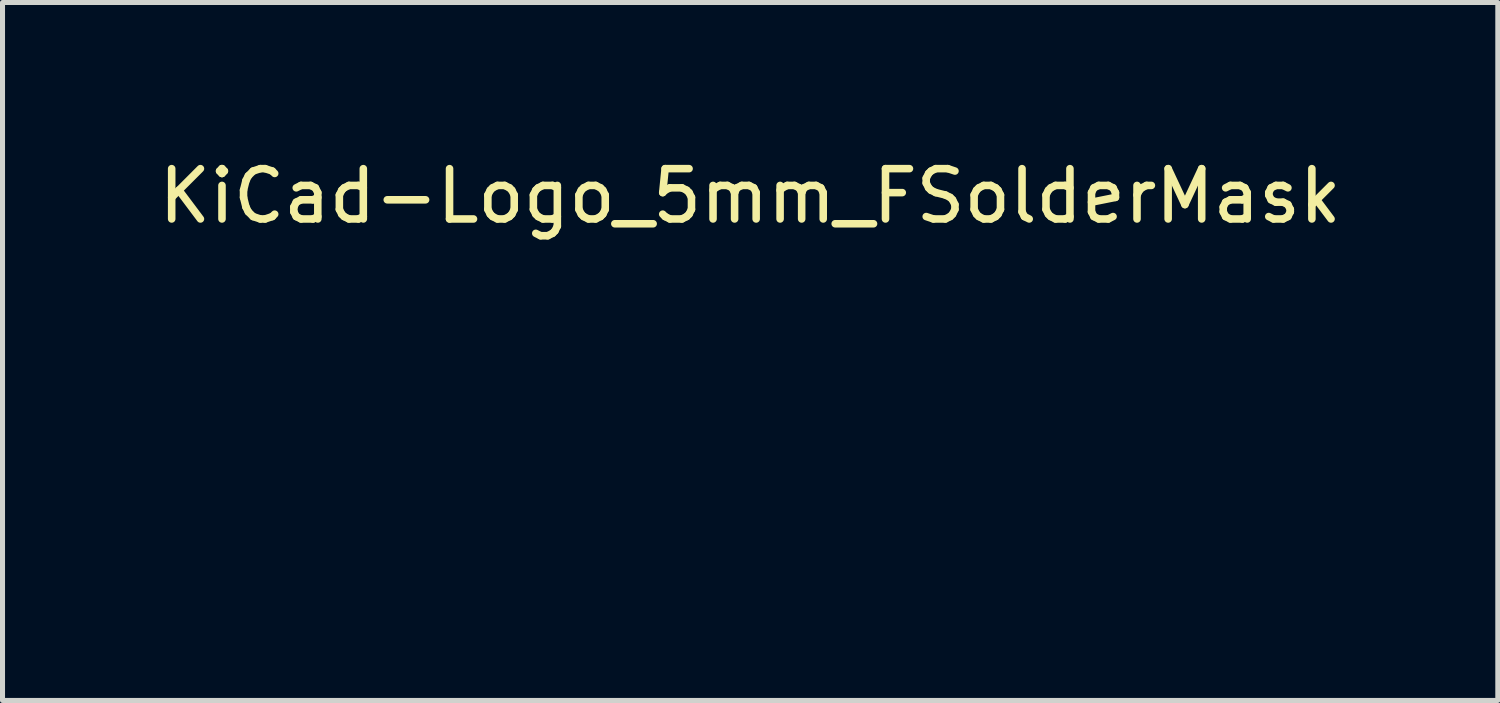
<source format=kicad_pcb>
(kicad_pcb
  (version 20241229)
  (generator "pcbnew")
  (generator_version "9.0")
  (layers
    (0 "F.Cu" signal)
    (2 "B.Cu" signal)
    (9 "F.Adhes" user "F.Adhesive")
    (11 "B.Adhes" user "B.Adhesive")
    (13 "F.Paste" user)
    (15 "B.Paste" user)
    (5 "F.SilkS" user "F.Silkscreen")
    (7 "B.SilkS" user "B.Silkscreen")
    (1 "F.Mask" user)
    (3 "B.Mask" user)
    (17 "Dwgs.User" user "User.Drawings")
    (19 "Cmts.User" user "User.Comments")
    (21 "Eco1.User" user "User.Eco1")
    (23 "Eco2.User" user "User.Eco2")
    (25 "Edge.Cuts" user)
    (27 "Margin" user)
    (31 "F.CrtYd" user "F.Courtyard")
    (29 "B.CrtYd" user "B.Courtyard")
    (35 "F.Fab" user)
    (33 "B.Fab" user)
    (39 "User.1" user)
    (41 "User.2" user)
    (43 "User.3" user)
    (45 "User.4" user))
  (footprint "KiCad-Logo_5mm_FSolderMask"
    (layer "F.Cu")
    (at 11.863 5.928)
    (property "Reference" "KiCad-Logo_5mm_FSolderMask" (at 0 -5.08 0) (layer "F.SilkS") (effects (font (size 1 1) (thickness 0.15))))
    (attr exclude_from_pos_files exclude_from_bom)
    (fp_poly (pts (xy -2.273 -2.973) (xy -2.177 -2.949) (xy -2.09 -2.906) (xy -2.015 -2.847) (xy -1.954 -2.772) (xy -1.909 -2.683) (xy -1.883 -2.586) (xy -1.877 -2.489) (xy -1.892 -2.395) (xy -1.926 -2.307) (xy -1.977 -2.228) (xy -2.042 -2.16) (xy -2.121 -2.106) (xy -2.212 -2.068) (xy -2.263 -2.056) (xy -2.308 -2.048) (xy -2.342 -2.045) (xy -2.375 -2.047) (xy -2.415 -2.054) (xy -2.449 -2.061) (xy -2.542 -2.092) (xy -2.626 -2.143) (xy -2.698 -2.213) (xy -2.756 -2.298) (xy -2.77 -2.326) (xy -2.787 -2.362) (xy -2.797 -2.392) (xy -2.802 -2.425) (xy -2.805 -2.466) (xy -2.805 -2.512) (xy -2.801 -2.596) (xy -2.787 -2.665) (xy -2.762 -2.726) (xy -2.723 -2.784) (xy -2.684 -2.829) (xy -2.612 -2.895) (xy -2.537 -2.94) (xy -2.455 -2.967) (xy -2.377 -2.977) (xy -2.273 -2.973)) (stroke (width 0.01) (type solid)) (fill yes) (layer "F.Mask"))
    (fp_poly (pts (xy 0.328 -2.051) (xy 0.489 -2.03) (xy 0.653 -1.99) (xy 0.822 -1.93) (xy 1 -1.851) (xy 1.011 -1.845) (xy 1.069 -1.817) (xy 1.121 -1.793) (xy 1.162 -1.775) (xy 1.19 -1.764) (xy 1.2 -1.761) (xy 1.219 -1.756) (xy 1.224 -1.752) (xy 1.218 -1.741) (xy 1.202 -1.715) (xy 1.177 -1.676) (xy 1.145 -1.626) (xy 1.107 -1.569) (xy 1.066 -1.507) (xy 1.023 -1.442) (xy 0.98 -1.379) (xy 0.939 -1.319) (xy 0.902 -1.265) (xy 0.871 -1.22) (xy 0.847 -1.186) (xy 0.832 -1.167) (xy 0.83 -1.165) (xy 0.82 -1.17) (xy 0.798 -1.187) (xy 0.767 -1.214) (xy 0.752 -1.228) (xy 0.655 -1.303) (xy 0.548 -1.359) (xy 0.433 -1.394) (xy 0.31 -1.408) (xy 0.241 -1.407) (xy 0.119 -1.39) (xy 0.01 -1.354) (xy -0.087 -1.299) (xy -0.174 -1.225) (xy -0.249 -1.131) (xy -0.314 -1.018) (xy -0.351 -0.931) (xy -0.395 -0.796) (xy -0.428 -0.648) (xy -0.448 -0.493) (xy -0.458 -0.333) (xy -0.456 -0.173) (xy -0.443 -0.016) (xy -0.419 0.133) (xy -0.384 0.271) (xy -0.338 0.395) (xy -0.322 0.429) (xy -0.253 0.543) (xy -0.173 0.64) (xy -0.081 0.718) (xy 0.02 0.777) (xy 0.13 0.816) (xy 0.247 0.834) (xy 0.289 0.835) (xy 0.41 0.824) (xy 0.531 0.791) (xy 0.649 0.737) (xy 0.762 0.663) (xy 0.854 0.585) (xy 0.9 0.54) (xy 1.081 0.837) (xy 1.127 0.911) (xy 1.168 0.98) (xy 1.204 1.039) (xy 1.233 1.088) (xy 1.254 1.124) (xy 1.265 1.144) (xy 1.266 1.147) (xy 1.258 1.157) (xy 1.233 1.174) (xy 1.193 1.197) (xy 1.142 1.225) (xy 1.084 1.255) (xy 1.021 1.287) (xy 0.958 1.318) (xy 0.896 1.346) (xy 0.839 1.371) (xy 0.791 1.391) (xy 0.768 1.399) (xy 0.634 1.437) (xy 0.496 1.462) (xy 0.349 1.475) (xy 0.222 1.477) (xy 0.154 1.476) (xy 0.088 1.474) (xy 0.031 1.471) (xy -0.013 1.468) (xy -0.027 1.466) (xy -0.166 1.438) (xy -0.307 1.392) (xy -0.445 1.334) (xy -0.572 1.264) (xy -0.649 1.211) (xy -0.777 1.103) (xy -0.895 0.977) (xy -1.002 0.835) (xy -1.095 0.681) (xy -1.173 0.518) (xy -1.217 0.401) (xy -1.267 0.217) (xy -1.301 0.023) (xy -1.318 -0.179) (xy -1.318 -0.382) (xy -1.301 -0.584) (xy -1.268 -0.781) (xy -1.217 -0.967) (xy -1.214 -0.978) (xy -1.151 -1.14) (xy -1.074 -1.288) (xy -0.981 -1.426) (xy -0.868 -1.558) (xy -0.825 -1.604) (xy -0.688 -1.728) (xy -0.549 -1.83) (xy -0.403 -1.912) (xy -0.249 -1.975) (xy -0.084 -2.02) (xy 0.011 -2.038) (xy 0.17 -2.054) (xy 0.328 -2.051)) (stroke (width 0.01) (type solid)) (fill yes) (layer "F.Mask"))
    (fp_poly (pts (xy 6.187 -0.528) (xy 6.187 -0.293) (xy 6.187 -0.08) (xy 6.187 0.112) (xy 6.187 0.285) (xy 6.187 0.441) (xy 6.188 0.579) (xy 6.188 0.701) (xy 6.189 0.808) (xy 6.19 0.901) (xy 6.192 0.982) (xy 6.194 1.051) (xy 6.196 1.11) (xy 6.198 1.159) (xy 6.202 1.2) (xy 6.205 1.234) (xy 6.21 1.262) (xy 6.214 1.285) (xy 6.22 1.304) (xy 6.226 1.321) (xy 6.233 1.335) (xy 6.24 1.349) (xy 6.249 1.364) (xy 6.254 1.373) (xy 6.288 1.434) (xy 5.43 1.434) (xy 5.43 1.338) (xy 5.429 1.294) (xy 5.427 1.261) (xy 5.424 1.243) (xy 5.423 1.242) (xy 5.412 1.249) (xy 5.389 1.267) (xy 5.366 1.286) (xy 5.312 1.327) (xy 5.242 1.368) (xy 5.165 1.405) (xy 5.088 1.435) (xy 5.057 1.445) (xy 4.989 1.46) (xy 4.906 1.47) (xy 4.816 1.475) (xy 4.728 1.474) (xy 4.649 1.469) (xy 4.612 1.463) (xy 4.473 1.425) (xy 4.346 1.367) (xy 4.23 1.29) (xy 4.127 1.195) (xy 4.036 1.081) (xy 3.969 0.97) (xy 3.914 0.854) (xy 3.872 0.734) (xy 3.842 0.608) (xy 3.823 0.472) (xy 3.815 0.32) (xy 3.814 0.243) (xy 3.816 0.186) (xy 4.645 0.186) (xy 4.645 0.279) (xy 4.648 0.367) (xy 4.654 0.444) (xy 4.662 0.505) (xy 4.665 0.517) (xy 4.697 0.625) (xy 4.738 0.712) (xy 4.79 0.779) (xy 4.853 0.826) (xy 4.926 0.853) (xy 5.011 0.862) (xy 5.107 0.851) (xy 5.17 0.835) (xy 5.219 0.817) (xy 5.274 0.791) (xy 5.314 0.767) (xy 5.385 0.721) (xy 5.385 -0.429) (xy 5.317 -0.473) (xy 5.239 -0.514) (xy 5.155 -0.541) (xy 5.07 -0.553) (xy 4.988 -0.549) (xy 4.915 -0.53) (xy 4.883 -0.515) (xy 4.826 -0.472) (xy 4.777 -0.415) (xy 4.735 -0.342) (xy 4.701 -0.252) (xy 4.672 -0.141) (xy 4.671 -0.135) (xy 4.66 -0.073) (xy 4.653 0.005) (xy 4.648 0.093) (xy 4.645 0.186) (xy 3.816 0.186) (xy 3.822 0.03) (xy 3.844 -0.166) (xy 3.88 -0.345) (xy 3.93 -0.506) (xy 3.994 -0.65) (xy 4.071 -0.777) (xy 4.163 -0.886) (xy 4.268 -0.977) (xy 4.314 -1.008) (xy 4.415 -1.064) (xy 4.518 -1.104) (xy 4.628 -1.128) (xy 4.749 -1.138) (xy 4.842 -1.137) (xy 4.971 -1.126) (xy 5.084 -1.104) (xy 5.183 -1.07) (xy 5.271 -1.024) (xy 5.32 -0.99) (xy 5.349 -0.968) (xy 5.371 -0.953) (xy 5.379 -0.948) (xy 5.381 -0.959) (xy 5.382 -0.99) (xy 5.383 -1.037) (xy 5.384 -1.1) (xy 5.384 -1.173) (xy 5.384 -1.256) (xy 5.384 -1.344) (xy 5.384 -1.436) (xy 5.383 -1.528) (xy 5.382 -1.618) (xy 5.381 -1.704) (xy 5.38 -1.781) (xy 5.379 -1.848) (xy 5.377 -1.902) (xy 5.375 -1.94) (xy 5.375 -1.947) (xy 5.367 -2.018) (xy 5.356 -2.073) (xy 5.338 -2.12) (xy 5.312 -2.166) (xy 5.305 -2.176) (xy 5.281 -2.213) (xy 6.186 -2.213) (xy 6.187 -0.528)) (stroke (width 0.01) (type solid)) (fill yes) (layer "F.Mask"))
    (fp_poly (pts (xy 2.674 -1.133) (xy 2.825 -1.113) (xy 2.961 -1.08) (xy 3.08 -1.032) (xy 3.185 -0.971) (xy 3.262 -0.907) (xy 3.331 -0.833) (xy 3.385 -0.753) (xy 3.428 -0.661) (xy 3.443 -0.618) (xy 3.456 -0.579) (xy 3.467 -0.543) (xy 3.477 -0.508) (xy 3.485 -0.472) (xy 3.492 -0.433) (xy 3.498 -0.39) (xy 3.503 -0.34) (xy 3.507 -0.283) (xy 3.51 -0.215) (xy 3.513 -0.136) (xy 3.515 -0.043) (xy 3.517 0.066) (xy 3.518 0.192) (xy 3.52 0.337) (xy 3.521 0.48) (xy 3.522 0.636) (xy 3.524 0.771) (xy 3.525 0.887) (xy 3.526 0.986) (xy 3.528 1.068) (xy 3.53 1.136) (xy 3.532 1.192) (xy 3.535 1.236) (xy 3.539 1.271) (xy 3.544 1.299) (xy 3.55 1.321) (xy 3.557 1.338) (xy 3.565 1.352) (xy 3.574 1.366) (xy 3.585 1.38) (xy 3.59 1.385) (xy 3.605 1.408) (xy 3.612 1.423) (xy 3.612 1.424) (xy 3.602 1.426) (xy 3.571 1.428) (xy 3.522 1.43) (xy 3.458 1.431) (xy 3.382 1.433) (xy 3.295 1.433) (xy 3.2 1.434) (xy 3.19 1.434) (xy 2.767 1.434) (xy 2.763 1.338) (xy 2.76 1.242) (xy 2.698 1.293) (xy 2.601 1.36) (xy 2.491 1.415) (xy 2.404 1.445) (xy 2.335 1.46) (xy 2.252 1.47) (xy 2.162 1.475) (xy 2.074 1.474) (xy 1.995 1.468) (xy 1.959 1.463) (xy 1.819 1.425) (xy 1.692 1.37) (xy 1.58 1.299) (xy 1.484 1.213) (xy 1.404 1.112) (xy 1.341 0.997) (xy 1.296 0.871) (xy 1.284 0.814) (xy 1.276 0.752) (xy 1.273 0.677) (xy 1.272 0.643) (xy 1.272 0.64) (xy 2.032 0.64) (xy 2.042 0.715) (xy 2.07 0.779) (xy 2.118 0.835) (xy 2.123 0.839) (xy 2.172 0.874) (xy 2.223 0.897) (xy 2.284 0.909) (xy 2.359 0.911) (xy 2.377 0.911) (xy 2.431 0.908) (xy 2.471 0.903) (xy 2.506 0.893) (xy 2.545 0.876) (xy 2.556 0.871) (xy 2.616 0.835) (xy 2.663 0.792) (xy 2.676 0.777) (xy 2.721 0.72) (xy 2.721 0.525) (xy 2.72 0.446) (xy 2.718 0.388) (xy 2.715 0.349) (xy 2.711 0.327) (xy 2.707 0.32) (xy 2.691 0.317) (xy 2.657 0.314) (xy 2.61 0.313) (xy 2.555 0.312) (xy 2.546 0.312) (xy 2.425 0.317) (xy 2.323 0.333) (xy 2.236 0.361) (xy 2.164 0.401) (xy 2.109 0.448) (xy 2.064 0.506) (xy 2.039 0.569) (xy 2.032 0.64) (xy 1.272 0.64) (xy 1.274 0.55) (xy 1.283 0.471) (xy 1.299 0.4) (xy 1.324 0.329) (xy 1.348 0.276) (xy 1.407 0.181) (xy 1.485 0.093) (xy 1.58 0.014) (xy 1.69 -0.055) (xy 1.813 -0.111) (xy 1.945 -0.154) (xy 2.009 -0.169) (xy 2.146 -0.191) (xy 2.294 -0.206) (xy 2.446 -0.212) (xy 2.572 -0.211) (xy 2.734 -0.204) (xy 2.727 -0.263) (xy 2.707 -0.362) (xy 2.676 -0.443) (xy 2.632 -0.506) (xy 2.575 -0.551) (xy 2.503 -0.58) (xy 2.416 -0.594) (xy 2.313 -0.591) (xy 2.275 -0.587) (xy 2.134 -0.562) (xy 1.997 -0.521) (xy 1.902 -0.483) (xy 1.857 -0.464) (xy 1.819 -0.448) (xy 1.792 -0.439) (xy 1.785 -0.437) (xy 1.775 -0.446) (xy 1.758 -0.475) (xy 1.734 -0.524) (xy 1.703 -0.594) (xy 1.665 -0.684) (xy 1.658 -0.7) (xy 1.628 -0.772) (xy 1.601 -0.838) (xy 1.578 -0.893) (xy 1.561 -0.936) (xy 1.55 -0.963) (xy 1.547 -0.972) (xy 1.557 -0.977) (xy 1.583 -0.982) (xy 1.611 -0.986) (xy 1.642 -0.991) (xy 1.689 -1) (xy 1.751 -1.013) (xy 1.821 -1.029) (xy 1.896 -1.047) (xy 1.925 -1.054) (xy 2.03 -1.08) (xy 2.117 -1.1) (xy 2.192 -1.115) (xy 2.258 -1.126) (xy 2.319 -1.133) (xy 2.381 -1.138) (xy 2.446 -1.14) (xy 2.504 -1.14) (xy 2.674 -1.133)) (stroke (width 0.01) (type solid)) (fill yes) (layer "F.Mask"))
    (fp_poly (pts (xy -2.946 -2.511) (xy -2.936 -2.397) (xy -2.904 -2.289) (xy -2.853 -2.19) (xy -2.784 -2.102) (xy -2.699 -2.027) (xy -2.602 -1.97) (xy -2.496 -1.93) (xy -2.389 -1.911) (xy -2.283 -1.913) (xy -2.181 -1.932) (xy -2.085 -1.969) (xy -1.996 -2.021) (xy -1.917 -2.087) (xy -1.849 -2.167) (xy -1.796 -2.258) (xy -1.759 -2.359) (xy -1.74 -2.47) (xy -1.738 -2.52) (xy -1.738 -2.608) (xy -1.687 -2.608) (xy -1.65 -2.605) (xy -1.623 -2.593) (xy -1.596 -2.569) (xy -1.558 -2.531) (xy -1.558 -0.339) (xy -1.558 -0.077) (xy -1.558 0.163) (xy -1.558 0.383) (xy -1.558 0.583) (xy -1.558 0.764) (xy -1.558 0.928) (xy -1.559 1.074) (xy -1.559 1.205) (xy -1.559 1.32) (xy -1.56 1.421) (xy -1.561 1.509) (xy -1.561 1.585) (xy -1.562 1.65) (xy -1.563 1.704) (xy -1.564 1.749) (xy -1.565 1.786) (xy -1.567 1.815) (xy -1.568 1.837) (xy -1.57 1.854) (xy -1.572 1.866) (xy -1.574 1.874) (xy -1.576 1.88) (xy -1.577 1.882) (xy -1.581 1.889) (xy -1.585 1.895) (xy -1.589 1.901) (xy -1.594 1.906) (xy -1.601 1.911) (xy -1.611 1.916) (xy -1.625 1.92) (xy -1.645 1.923) (xy -1.669 1.926) (xy -1.701 1.929) (xy -1.741 1.931) (xy -1.789 1.934) (xy -1.846 1.935) (xy -1.914 1.937) (xy -1.994 1.938) (xy -2.085 1.939) (xy -2.19 1.94) (xy -2.309 1.94) (xy -2.443 1.941) (xy -2.593 1.941) (xy -2.76 1.941) (xy -2.945 1.942) (xy -3.149 1.942) (xy -3.372 1.942) (xy -3.616 1.941) (xy -3.881 1.941) (xy -3.92 1.941) (xy -4.187 1.941) (xy -4.432 1.941) (xy -4.657 1.941) (xy -4.861 1.941) (xy -5.047 1.941) (xy -5.215 1.941) (xy -5.366 1.94) (xy -5.501 1.94) (xy -5.62 1.939) (xy -5.725 1.939) (xy -5.817 1.938) (xy -5.896 1.938) (xy -5.964 1.937) (xy -6.021 1.936) (xy -6.069 1.935) (xy -6.107 1.933) (xy -6.138 1.932) (xy -6.162 1.931) (xy -6.18 1.929) (xy -6.192 1.927) (xy -6.201 1.925) (xy -6.205 1.923) (xy -6.214 1.92) (xy -6.221 1.917) (xy -6.229 1.915) (xy -6.235 1.911) (xy -6.241 1.906) (xy -6.246 1.897) (xy -6.251 1.885) (xy -6.255 1.869) (xy -6.259 1.846) (xy -6.262 1.818) (xy -6.265 1.781) (xy -6.268 1.737) (xy -6.27 1.683) (xy -6.271 1.618) (xy -6.273 1.543) (xy -6.274 1.455) (xy -6.275 1.354) (xy -6.276 1.239) (xy -6.276 1.11) (xy -6.276 0.964) (xy -6.277 0.802) (xy -6.277 0.621) (xy -6.277 0.422) (xy -6.277 0.204) (xy -6.277 -0.035) (xy -6.277 -0.296) (xy -6.277 -0.338) (xy -6.277 -0.601) (xy -6.277 -0.842) (xy -6.277 -1.063) (xy -6.277 -1.264) (xy -6.277 -1.446) (xy -6.276 -1.61) (xy -6.276 -1.757) (xy -6.276 -1.888) (xy -6.275 -1.998) (xy -5.972 -1.998) (xy -5.932 -1.94) (xy -5.921 -1.925) (xy -5.911 -1.911) (xy -5.902 -1.897) (xy -5.894 -1.883) (xy -5.887 -1.868) (xy -5.881 -1.849) (xy -5.875 -1.826) (xy -5.871 -1.798) (xy -5.867 -1.764) (xy -5.863 -1.722) (xy -5.861 -1.67) (xy -5.858 -1.609) (xy -5.857 -1.537) (xy -5.855 -1.452) (xy -5.855 -1.354) (xy -5.854 -1.24) (xy -5.853 -1.111) (xy -5.853 -0.965) (xy -5.853 -0.8) (xy -5.853 -0.616) (xy -5.853 -0.41) (xy -5.853 -0.288) (xy -5.853 -0.071) (xy -5.853 0.125) (xy -5.853 0.3) (xy -5.853 0.456) (xy -5.854 0.595) (xy -5.854 0.717) (xy -5.855 0.823) (xy -5.856 0.915) (xy -5.857 0.994) (xy -5.859 1.062) (xy -5.862 1.118) (xy -5.865 1.165) (xy -5.868 1.204) (xy -5.872 1.235) (xy -5.877 1.261) (xy -5.883 1.282) (xy -5.89 1.299) (xy -5.897 1.314) (xy -5.906 1.327) (xy -5.915 1.341) (xy -5.925 1.356) (xy -5.932 1.365) (xy -5.97 1.422) (xy -5.439 1.422) (xy -5.315 1.422) (xy -5.213 1.422) (xy -5.129 1.422) (xy -5.063 1.421) (xy -5.012 1.42) (xy -4.974 1.419) (xy -4.948 1.417) (xy -4.932 1.415) (xy -4.923 1.412) (xy -4.921 1.408) (xy -4.923 1.404) (xy -4.925 1.403) (xy -4.95 1.366) (xy -4.976 1.313) (xy -4.999 1.251) (xy -5.007 1.224) (xy -5.012 1.206) (xy -5.016 1.185) (xy -5.019 1.159) (xy -5.022 1.126) (xy -5.024 1.083) (xy -5.026 1.028) (xy -5.028 0.96) (xy -5.029 0.877) (xy -5.03 0.775) (xy -5.031 0.654) (xy -5.032 0.61) (xy -5.033 0.484) (xy -5.033 0.38) (xy -5.034 0.295) (xy -5.034 0.227) (xy -5.034 0.174) (xy -5.033 0.135) (xy -5.031 0.107) (xy -5.029 0.09) (xy -5.027 0.081) (xy -5.023 0.078) (xy -5.019 0.08) (xy -5.015 0.085) (xy -5.004 0.098) (xy -4.982 0.127) (xy -4.95 0.17) (xy -4.909 0.225) (xy -4.861 0.289) (xy -4.808 0.362) (xy -4.751 0.44) (xy -4.691 0.521) (xy -4.631 0.603) (xy -4.572 0.685) (xy -4.514 0.763) (xy -4.461 0.836) (xy -4.413 0.902) (xy -4.373 0.959) (xy -4.341 1.004) (xy -4.318 1.035) (xy -4.314 1.041) (xy -4.291 1.078) (xy -4.264 1.126) (xy -4.239 1.176) (xy -4.236 1.183) (xy -4.214 1.231) (xy -4.201 1.268) (xy -4.196 1.304) (xy -4.194 1.346) (xy -4.195 1.422) (xy -3.041 1.422) (xy -3.132 1.329) (xy -3.179 1.279) (xy -3.229 1.222) (xy -3.275 1.168) (xy -3.295 1.143) (xy -3.326 1.103) (xy -3.366 1.05) (xy -3.414 0.985) (xy -3.47 0.909) (xy -3.532 0.825) (xy -3.599 0.733) (xy -3.669 0.636) (xy -3.743 0.535) (xy -3.817 0.432) (xy -3.892 0.328) (xy -3.966 0.225) (xy -4.038 0.125) (xy -4.106 0.029) (xy -4.17 -0.061) (xy -4.229 -0.144) (xy -4.28 -0.218) (xy -4.324 -0.28) (xy -4.359 -0.33) (xy -4.383 -0.367) (xy -4.396 -0.387) (xy -4.398 -0.391) (xy -4.39 -0.403) (xy -4.369 -0.43) (xy -4.337 -0.471) (xy -4.294 -0.525) (xy -4.243 -0.589) (xy -4.185 -0.663) (xy -4.12 -0.744) (xy -4.051 -0.831) (xy -3.979 -0.921) (xy -3.904 -1.014) (xy -3.845 -1.088) (xy -2.834 -1.088) (xy -2.828 -1.075) (xy -2.813 -1.053) (xy -2.812 -1.052) (xy -2.793 -1.021) (xy -2.774 -0.985) (xy -2.77 -0.976) (xy -2.766 -0.968) (xy -2.763 -0.958) (xy -2.76 -0.945) (xy -2.758 -0.927) (xy -2.756 -0.904) (xy -2.754 -0.873) (xy -2.753 -0.833) (xy -2.751 -0.784) (xy -2.75 -0.723) (xy -2.749 -0.649) (xy -2.749 -0.561) (xy -2.748 -0.457) (xy -2.747 -0.337) (xy -2.747 -0.198) (xy -2.746 -0.039) (xy -2.746 0.14) (xy -2.745 0.325) (xy -2.745 0.489) (xy -2.745 0.633) (xy -2.744 0.759) (xy -2.745 0.868) (xy -2.745 0.961) (xy -2.747 1.04) (xy -2.748 1.106) (xy -2.75 1.161) (xy -2.753 1.206) (xy -2.757 1.242) (xy -2.761 1.271) (xy -2.766 1.295) (xy -2.772 1.313) (xy -2.779 1.329) (xy -2.787 1.344) (xy -2.797 1.358) (xy -2.805 1.37) (xy -2.822 1.396) (xy -2.832 1.414) (xy -2.834 1.417) (xy -2.823 1.418) (xy -2.791 1.419) (xy -2.742 1.42) (xy -2.677 1.421) (xy -2.599 1.422) (xy -2.51 1.422) (xy -2.411 1.422) (xy -2.342 1.422) (xy -2.237 1.422) (xy -2.141 1.422) (xy -2.054 1.421) (xy -1.98 1.419) (xy -1.921 1.418) (xy -1.879 1.416) (xy -1.855 1.414) (xy -1.851 1.412) (xy -1.859 1.398) (xy -1.867 1.39) (xy -1.88 1.372) (xy -1.897 1.342) (xy -1.909 1.318) (xy -1.936 1.259) (xy -1.939 0.082) (xy -1.942 -1.095) (xy -2.388 -1.095) (xy -2.486 -1.095) (xy -2.576 -1.094) (xy -2.657 -1.094) (xy -2.725 -1.093) (xy -2.779 -1.092) (xy -2.815 -1.09) (xy -2.833 -1.089) (xy -2.834 -1.088) (xy -3.845 -1.088) (xy -3.829 -1.107) (xy -3.755 -1.199) (xy -3.683 -1.289) (xy -3.615 -1.374) (xy -3.551 -1.452) (xy -3.494 -1.523) (xy -3.444 -1.584) (xy -3.403 -1.633) (xy -3.386 -1.654) (xy -3.3 -1.754) (xy -3.223 -1.838) (xy -3.154 -1.906) (xy -3.091 -1.96) (xy -3.082 -1.967) (xy -3.042 -1.998) (xy -4.174 -1.998) (xy -4.169 -1.95) (xy -4.172 -1.893) (xy -4.194 -1.825) (xy -4.234 -1.745) (xy -4.279 -1.673) (xy -4.295 -1.65) (xy -4.323 -1.612) (xy -4.361 -1.562) (xy -4.408 -1.501) (xy -4.462 -1.432) (xy -4.52 -1.356) (xy -4.582 -1.276) (xy -4.646 -1.194) (xy -4.71 -1.112) (xy -4.773 -1.032) (xy -4.832 -0.957) (xy -4.887 -0.888) (xy -4.935 -0.828) (xy -4.974 -0.778) (xy -5.004 -0.742) (xy -5.022 -0.72) (xy -5.025 -0.717) (xy -5.028 -0.725) (xy -5.03 -0.755) (xy -5.032 -0.807) (xy -5.033 -0.881) (xy -5.033 -0.977) (xy -5.033 -1.094) (xy -5.032 -1.214) (xy -5.03 -1.346) (xy -5.029 -1.457) (xy -5.027 -1.551) (xy -5.024 -1.629) (xy -5.021 -1.692) (xy -5.016 -1.745) (xy -5.009 -1.788) (xy -5.002 -1.823) (xy -4.992 -1.854) (xy -4.98 -1.882) (xy -4.965 -1.91) (xy -4.95 -1.935) (xy -4.912 -1.998) (xy -5.972 -1.998) (xy -6.275 -1.998) (xy -6.275 -2.004) (xy -6.274 -2.106) (xy -6.273 -2.195) (xy -6.272 -2.272) (xy -6.27 -2.337) (xy -6.269 -2.393) (xy -6.266 -2.438) (xy -6.264 -2.475) (xy -6.261 -2.505) (xy -6.258 -2.528) (xy -6.254 -2.546) (xy -6.25 -2.559) (xy -6.245 -2.568) (xy -6.24 -2.574) (xy -6.234 -2.579) (xy -6.228 -2.582) (xy -6.222 -2.586) (xy -6.216 -2.589) (xy -6.21 -2.592) (xy -6.202 -2.594) (xy -6.19 -2.596) (xy -6.173 -2.598) (xy -6.149 -2.6) (xy -6.118 -2.601) (xy -6.079 -2.602) (xy -6.03 -2.603) (xy -5.971 -2.604) (xy -5.899 -2.605) (xy -5.815 -2.606) (xy -5.718 -2.606) (xy -5.605 -2.607) (xy -5.476 -2.607) (xy -5.33 -2.607) (xy -5.166 -2.608) (xy -4.982 -2.608) (xy -4.778 -2.608) (xy -4.567 -2.608) (xy -2.946 -2.608) (xy -2.946 -2.511)) (stroke (width 0.01) (type solid)) (fill yes) (layer "F.Mask")))
  (gr_rect
    (start -3 -3)
    (end 26.726 10.875)
    (stroke (width 0.1) (type default))
    (fill no)
    (layer "Edge.Cuts")))
</source>
